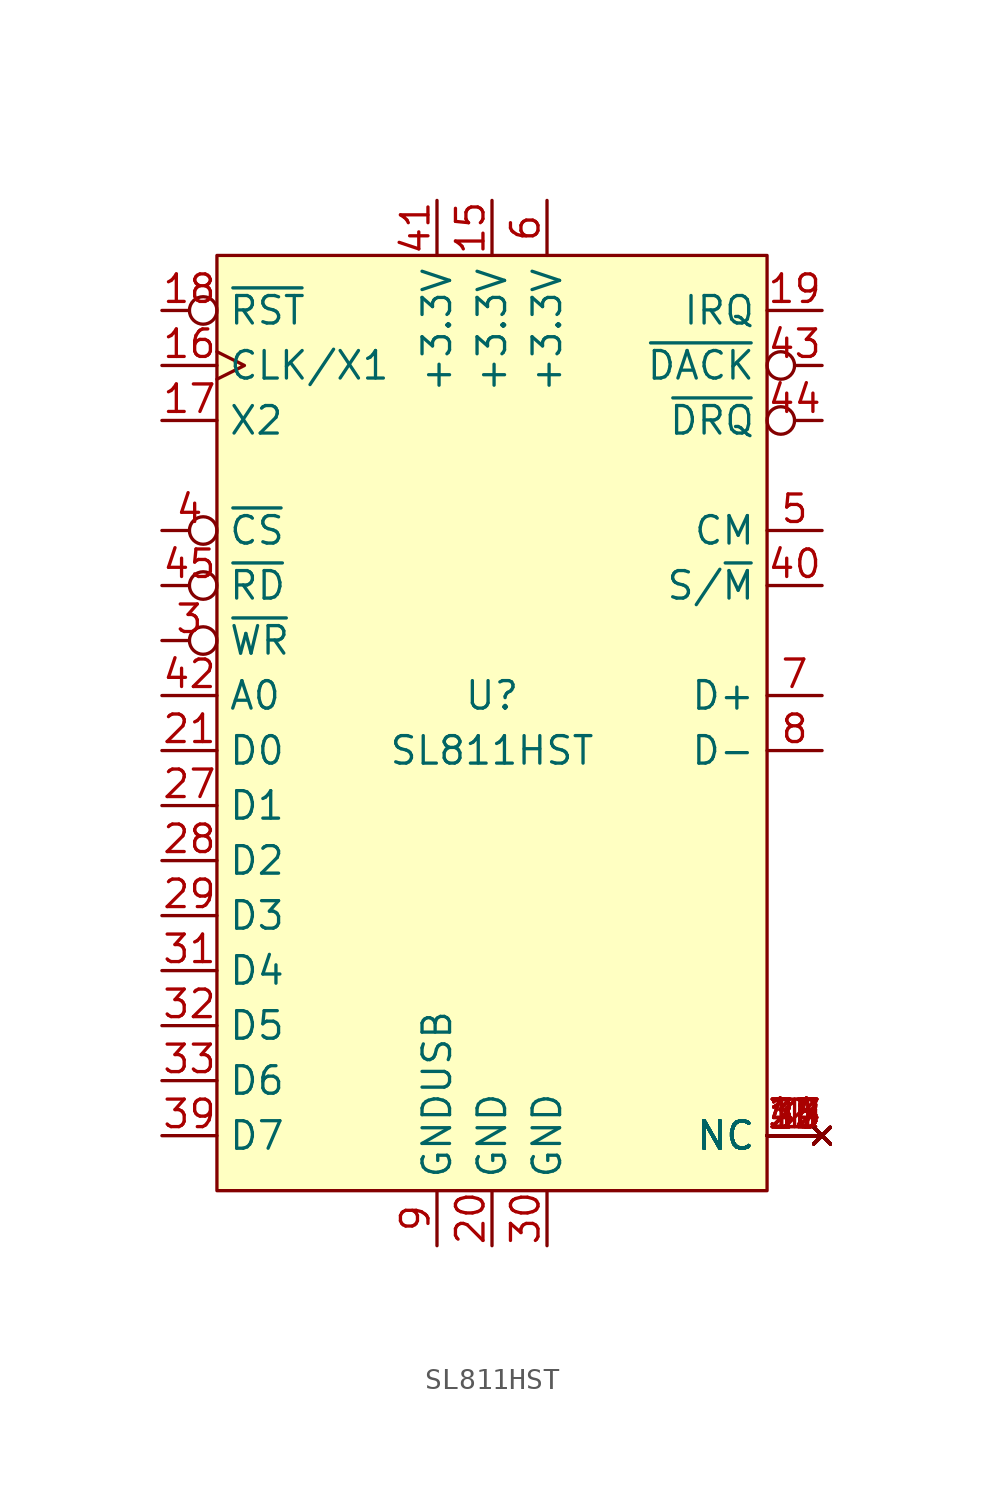
<source format=kicad_sym>
(kicad_symbol_lib
  (version 20220914)
  (generator kicad_symbol_editor)
  (symbol "SL811HST"
    (property "Reference" "U"
      (at 0 1.27 0)
      (effects (font (size 1.27 1.27))))
    (property "Value" "SL811HST"
      (at 0 -1.27 0)
      (effects (font (size 1.27 1.27))))
    (symbol "SL811HST_0_0"
      (pin no_connect line (at 15.24 -19.05 180) (length 2.54) (name "NC" (effects (font (size 1.27 1.27)))) (number "1" (effects (font (size 1.27 1.27)))))
      (pin no_connect line (at 15.24 -19.05 180) (length 2.54) (name "NC" (effects (font (size 1.27 1.27)))) (number "10" (effects (font (size 1.27 1.27)))))
      (pin no_connect line (at 15.24 -19.05 180) (length 2.54) (name "NC" (effects (font (size 1.27 1.27)))) (number "11" (effects (font (size 1.27 1.27)))))
      (pin no_connect line (at 15.24 -19.05 180) (length 2.54) (name "NC" (effects (font (size 1.27 1.27)))) (number "12" (effects (font (size 1.27 1.27)))))
      (pin no_connect line (at 15.24 -19.05 180) (length 2.54) (name "NC" (effects (font (size 1.27 1.27)))) (number "13" (effects (font (size 1.27 1.27)))))
      (pin no_connect line (at 15.24 -19.05 180) (length 2.54) (name "NC" (effects (font (size 1.27 1.27)))) (number "14" (effects (font (size 1.27 1.27)))))
      (pin power_in line (at 0 24.13 270) (length 2.54) (name "+3.3V" (effects (font (size 1.27 1.27)))) (number "15" (effects (font (size 1.27 1.27)))))
      (pin input clock (at -15.24 16.51 0) (length 2.54) (name "CLK/X1" (effects (font (size 1.27 1.27)))) (number "16" (effects (font (size 1.27 1.27)))))
      (pin output line (at -15.24 13.97 0) (length 2.54) (name "X2" (effects (font (size 1.27 1.27)))) (number "17" (effects (font (size 1.27 1.27)))))
      (pin input inverted (at -15.24 19.05 0) (length 2.54) (name "~{RST}" (effects (font (size 1.27 1.27)))) (number "18" (effects (font (size 1.27 1.27)))))
      (pin output line (at 15.24 19.05 180) (length 2.54) (name "IRQ" (effects (font (size 1.27 1.27)))) (number "19" (effects (font (size 1.27 1.27)))))
      (pin no_connect line (at 15.24 -19.05 180) (length 2.54) (name "NC" (effects (font (size 1.27 1.27)))) (number "2" (effects (font (size 1.27 1.27)))))
      (pin power_in line (at 0 -24.13 90) (length 2.54) (name "GND" (effects (font (size 1.27 1.27)))) (number "20" (effects (font (size 1.27 1.27)))))
      (pin bidirectional line (at -15.24 -1.27 0) (length 2.54) (name "D0" (effects (font (size 1.27 1.27)))) (number "21" (effects (font (size 1.27 1.27)))))
      (pin no_connect line (at 15.24 -19.05 180) (length 2.54) (name "NC" (effects (font (size 1.27 1.27)))) (number "22" (effects (font (size 1.27 1.27)))))
      (pin no_connect line (at 15.24 -19.05 180) (length 2.54) (name "NC" (effects (font (size 1.27 1.27)))) (number "23" (effects (font (size 1.27 1.27)))))
      (pin no_connect line (at 15.24 -19.05 180) (length 2.54) (name "NC" (effects (font (size 1.27 1.27)))) (number "24" (effects (font (size 1.27 1.27)))))
      (pin no_connect line (at 15.24 -19.05 180) (length 2.54) (name "NC" (effects (font (size 1.27 1.27)))) (number "25" (effects (font (size 1.27 1.27)))))
      (pin no_connect line (at 15.24 -19.05 180) (length 2.54) (name "NC" (effects (font (size 1.27 1.27)))) (number "26" (effects (font (size 1.27 1.27)))))
      (pin bidirectional line (at -15.24 -3.81 0) (length 2.54) (name "D1" (effects (font (size 1.27 1.27)))) (number "27" (effects (font (size 1.27 1.27)))))
      (pin bidirectional line (at -15.24 -6.35 0) (length 2.54) (name "D2" (effects (font (size 1.27 1.27)))) (number "28" (effects (font (size 1.27 1.27)))))
      (pin bidirectional line (at -15.24 -8.89 0) (length 2.54) (name "D3" (effects (font (size 1.27 1.27)))) (number "29" (effects (font (size 1.27 1.27)))))
      (pin input inverted (at -15.24 3.81 0) (length 2.54) (name "~{WR}" (effects (font (size 1.27 1.27)))) (number "3" (effects (font (size 1.27 1.27)))))
      (pin power_in line (at 2.54 -24.13 90) (length 2.54) (name "GND" (effects (font (size 1.27 1.27)))) (number "30" (effects (font (size 1.27 1.27)))))
      (pin bidirectional line (at -15.24 -11.43 0) (length 2.54) (name "D4" (effects (font (size 1.27 1.27)))) (number "31" (effects (font (size 1.27 1.27)))))
      (pin bidirectional line (at -15.24 -13.97 0) (length 2.54) (name "D5" (effects (font (size 1.27 1.27)))) (number "32" (effects (font (size 1.27 1.27)))))
      (pin bidirectional line (at -15.24 -16.51 0) (length 2.54) (name "D6" (effects (font (size 1.27 1.27)))) (number "33" (effects (font (size 1.27 1.27)))))
      (pin no_connect line (at 15.24 -19.05 180) (length 2.54) (name "NC" (effects (font (size 1.27 1.27)))) (number "34" (effects (font (size 1.27 1.27)))))
      (pin no_connect line (at 15.24 -19.05 180) (length 2.54) (name "NC" (effects (font (size 1.27 1.27)))) (number "35" (effects (font (size 1.27 1.27)))))
      (pin no_connect line (at 15.24 -19.05 180) (length 2.54) (name "NC" (effects (font (size 1.27 1.27)))) (number "36" (effects (font (size 1.27 1.27)))))
      (pin no_connect line (at 15.24 -19.05 180) (length 2.54) (name "NC" (effects (font (size 1.27 1.27)))) (number "37" (effects (font (size 1.27 1.27)))))
      (pin no_connect line (at 15.24 -19.05 180) (length 2.54) (name "NC" (effects (font (size 1.27 1.27)))) (number "38" (effects (font (size 1.27 1.27)))))
      (pin bidirectional line (at -15.24 -19.05 0) (length 2.54) (name "D7" (effects (font (size 1.27 1.27)))) (number "39" (effects (font (size 1.27 1.27)))))
      (pin input inverted (at -15.24 8.89 0) (length 2.54) (name "~{CS}" (effects (font (size 1.27 1.27)))) (number "4" (effects (font (size 1.27 1.27)))))
      (pin input line (at 15.24 6.35 180) (length 2.54) (name "S/~{M}" (effects (font (size 1.27 1.27)))) (number "40" (effects (font (size 1.27 1.27)))))
      (pin power_in line (at -2.54 24.13 270) (length 2.54) (name "+3.3V" (effects (font (size 1.27 1.27)))) (number "41" (effects (font (size 1.27 1.27)))))
      (pin input line (at -15.24 1.27 0) (length 2.54) (name "A0" (effects (font (size 1.27 1.27)))) (number "42" (effects (font (size 1.27 1.27)))))
      (pin input inverted (at 15.24 16.51 180) (length 2.54) (name "~{DACK}" (effects (font (size 1.27 1.27)))) (number "43" (effects (font (size 1.27 1.27)))))
      (pin output inverted (at 15.24 13.97 180) (length 2.54) (name "~{DRQ}" (effects (font (size 1.27 1.27)))) (number "44" (effects (font (size 1.27 1.27)))))
      (pin input inverted (at -15.24 6.35 0) (length 2.54) (name "~{RD}" (effects (font (size 1.27 1.27)))) (number "45" (effects (font (size 1.27 1.27)))))
      (pin no_connect line (at 15.24 -19.05 180) (length 2.54) (name "NC" (effects (font (size 1.27 1.27)))) (number "46" (effects (font (size 1.27 1.27)))))
      (pin no_connect line (at 15.24 -19.05 180) (length 2.54) (name "NC" (effects (font (size 1.27 1.27)))) (number "47" (effects (font (size 1.27 1.27)))))
      (pin no_connect line (at 15.24 -19.05 180) (length 2.54) (name "NC" (effects (font (size 1.27 1.27)))) (number "48" (effects (font (size 1.27 1.27)))))
      (pin input line (at 15.24 8.89 180) (length 2.54) (name "CM" (effects (font (size 1.27 1.27)))) (number "5" (effects (font (size 1.27 1.27)))))
      (pin power_in line (at 2.54 24.13 270) (length 2.54) (name "+3.3V" (effects (font (size 1.27 1.27)))) (number "6" (effects (font (size 1.27 1.27)))))
      (pin bidirectional line (at 15.24 1.27 180) (length 2.54) (name "D+" (effects (font (size 1.27 1.27)))) (number "7" (effects (font (size 1.27 1.27)))))
      (pin bidirectional line (at 15.24 -1.27 180) (length 2.54) (name "D-" (effects (font (size 1.27 1.27)))) (number "8" (effects (font (size 1.27 1.27)))))
      (pin power_in line (at -2.54 -24.13 90) (length 2.54) (name "GNDUSB" (effects (font (size 1.27 1.27)))) (number "9" (effects (font (size 1.27 1.27))))))
    (symbol "SL811HST_1_1"
      (rectangle (start -12.7 21.59) (end 12.7 -21.59) (stroke (width 0) (type default)) (fill (type background))))))
</source>
